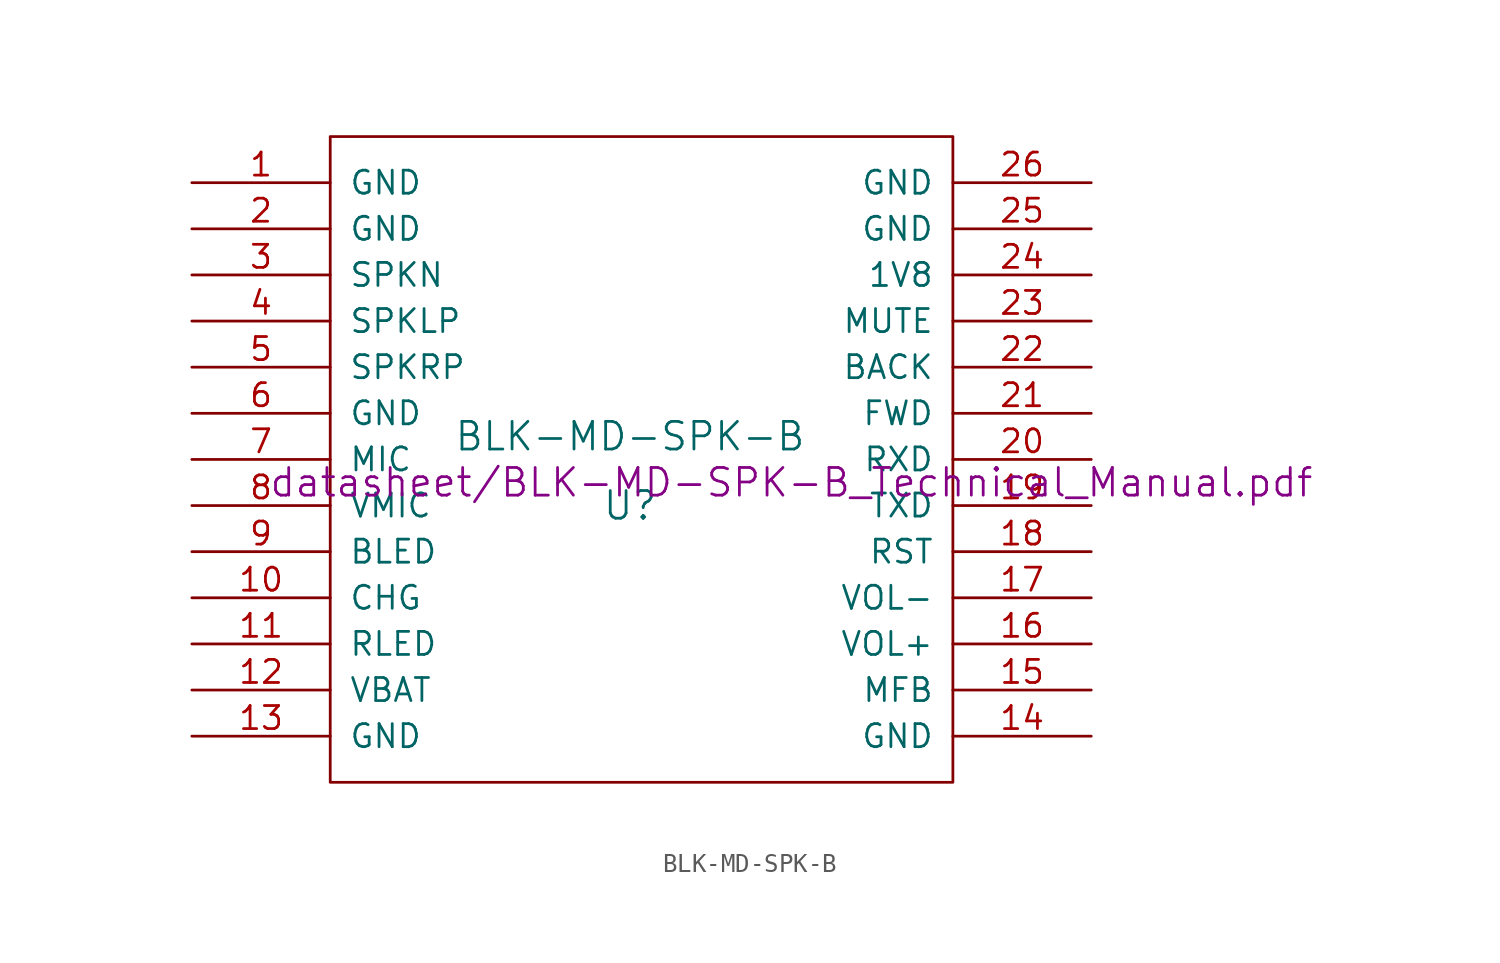
<source format=kicad_sym>
(kicad_symbol_lib
  (version 20211014)
  (generator kicad_symbol_editor)
  (symbol "BLK-MD-SPK-B"
    (pin_names
      (offset 1.016))
    (property "Reference" "U"
      (at 0 -1.27 0)
      (effects (font (size 1.524 1.524))))
    (property "Value" "BLK-MD-SPK-B"
      (at 0 2.54 0)
      (effects (font (size 1.524 1.524))))
    (property "Footprint" ""
      (at 8.89 0 0)
      (effects (font (size 1.524 1.524))))
    (property "Datasheet" "datasheet/BLK-MD-SPK-B_Technical_Manual.pdf"
      (at 8.89 0 0)
      (effects (font (size 1.524 1.524))))
    (symbol "BLK-MD-SPK-B_0_1"
      (rectangle (start -16.51 19.05) (end 17.78 -16.51) (stroke (width 0) (type default) (color 0 0 0 0)) (fill (type none))))
    (symbol "BLK-MD-SPK-B_1_1"
      (pin input line (at -24.13 16.51 0) (length 7.62) (name "GND" (effects (font (size 1.27 1.27)))) (number "1" (effects (font (size 1.27 1.27)))))
      (pin output line (at -24.13 -6.35 0) (length 7.62) (name "CHG" (effects (font (size 1.27 1.27)))) (number "10" (effects (font (size 1.27 1.27)))))
      (pin input line (at -24.13 -8.89 0) (length 7.62) (name "RLED" (effects (font (size 1.27 1.27)))) (number "11" (effects (font (size 1.27 1.27)))))
      (pin input line (at -24.13 -11.43 0) (length 7.62) (name "VBAT" (effects (font (size 1.27 1.27)))) (number "12" (effects (font (size 1.27 1.27)))))
      (pin input line (at -24.13 -13.97 0) (length 7.62) (name "GND" (effects (font (size 1.27 1.27)))) (number "13" (effects (font (size 1.27 1.27)))))
      (pin input line (at 25.4 -13.97 180) (length 7.62) (name "GND" (effects (font (size 1.27 1.27)))) (number "14" (effects (font (size 1.27 1.27)))))
      (pin input line (at 25.4 -11.43 180) (length 7.62) (name "MFB" (effects (font (size 1.27 1.27)))) (number "15" (effects (font (size 1.27 1.27)))))
      (pin input line (at 25.4 -8.89 180) (length 7.62) (name "VOL+" (effects (font (size 1.27 1.27)))) (number "16" (effects (font (size 1.27 1.27)))))
      (pin input line (at 25.4 -6.35 180) (length 7.62) (name "VOL-" (effects (font (size 1.27 1.27)))) (number "17" (effects (font (size 1.27 1.27)))))
      (pin input line (at 25.4 -3.81 180) (length 7.62) (name "RST" (effects (font (size 1.27 1.27)))) (number "18" (effects (font (size 1.27 1.27)))))
      (pin output line (at 25.4 -1.27 180) (length 7.62) (name "TXD" (effects (font (size 1.27 1.27)))) (number "19" (effects (font (size 1.27 1.27)))))
      (pin input line (at -24.13 13.97 0) (length 7.62) (name "GND" (effects (font (size 1.27 1.27)))) (number "2" (effects (font (size 1.27 1.27)))))
      (pin input line (at 25.4 1.27 180) (length 7.62) (name "RXD" (effects (font (size 1.27 1.27)))) (number "20" (effects (font (size 1.27 1.27)))))
      (pin input line (at 25.4 3.81 180) (length 7.62) (name "FWD" (effects (font (size 1.27 1.27)))) (number "21" (effects (font (size 1.27 1.27)))))
      (pin input line (at 25.4 6.35 180) (length 7.62) (name "BACK" (effects (font (size 1.27 1.27)))) (number "22" (effects (font (size 1.27 1.27)))))
      (pin input line (at 25.4 8.89 180) (length 7.62) (name "MUTE" (effects (font (size 1.27 1.27)))) (number "23" (effects (font (size 1.27 1.27)))))
      (pin output line (at 25.4 11.43 180) (length 7.62) (name "1V8" (effects (font (size 1.27 1.27)))) (number "24" (effects (font (size 1.27 1.27)))))
      (pin input line (at 25.4 13.97 180) (length 7.62) (name "GND" (effects (font (size 1.27 1.27)))) (number "25" (effects (font (size 1.27 1.27)))))
      (pin input line (at 25.4 16.51 180) (length 7.62) (name "GND" (effects (font (size 1.27 1.27)))) (number "26" (effects (font (size 1.27 1.27)))))
      (pin input line (at -24.13 11.43 0) (length 7.62) (name "SPKN" (effects (font (size 1.27 1.27)))) (number "3" (effects (font (size 1.27 1.27)))))
      (pin output line (at -24.13 8.89 0) (length 7.62) (name "SPKLP" (effects (font (size 1.27 1.27)))) (number "4" (effects (font (size 1.27 1.27)))))
      (pin output line (at -24.13 6.35 0) (length 7.62) (name "SPKRP" (effects (font (size 1.27 1.27)))) (number "5" (effects (font (size 1.27 1.27)))))
      (pin output line (at -24.13 3.81 0) (length 7.62) (name "GND" (effects (font (size 1.27 1.27)))) (number "6" (effects (font (size 1.27 1.27)))))
      (pin input line (at -24.13 1.27 0) (length 7.62) (name "MIC" (effects (font (size 1.27 1.27)))) (number "7" (effects (font (size 1.27 1.27)))))
      (pin input line (at -24.13 -1.27 0) (length 7.62) (name "VMIC" (effects (font (size 1.27 1.27)))) (number "8" (effects (font (size 1.27 1.27)))))
      (pin input line (at -24.13 -3.81 0) (length 7.62) (name "BLED" (effects (font (size 1.27 1.27)))) (number "9" (effects (font (size 1.27 1.27))))))))
</source>
